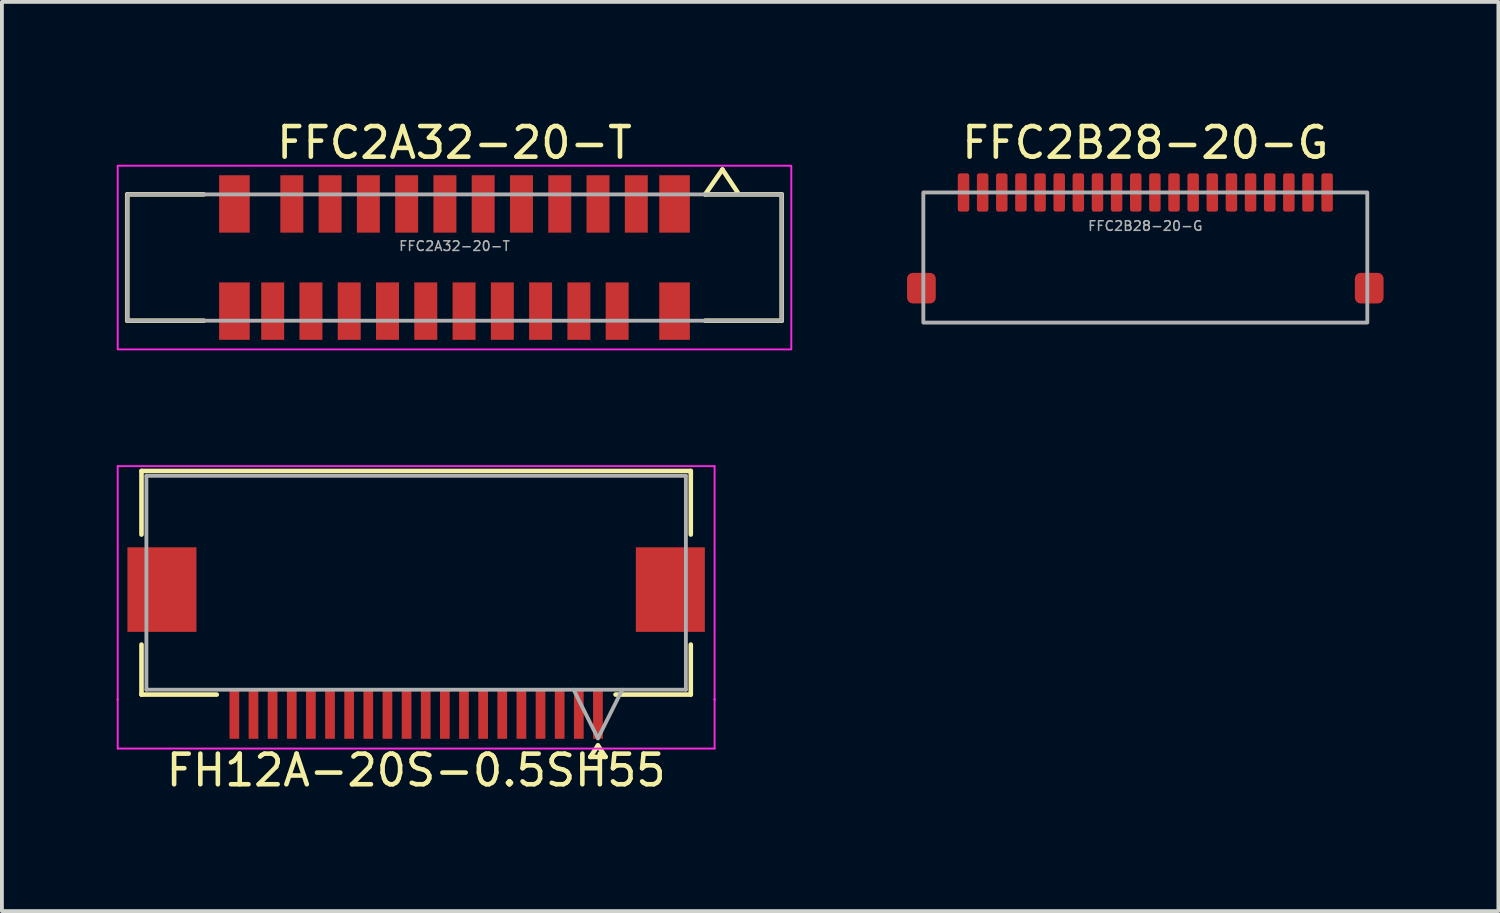
<source format=kicad_pcb>
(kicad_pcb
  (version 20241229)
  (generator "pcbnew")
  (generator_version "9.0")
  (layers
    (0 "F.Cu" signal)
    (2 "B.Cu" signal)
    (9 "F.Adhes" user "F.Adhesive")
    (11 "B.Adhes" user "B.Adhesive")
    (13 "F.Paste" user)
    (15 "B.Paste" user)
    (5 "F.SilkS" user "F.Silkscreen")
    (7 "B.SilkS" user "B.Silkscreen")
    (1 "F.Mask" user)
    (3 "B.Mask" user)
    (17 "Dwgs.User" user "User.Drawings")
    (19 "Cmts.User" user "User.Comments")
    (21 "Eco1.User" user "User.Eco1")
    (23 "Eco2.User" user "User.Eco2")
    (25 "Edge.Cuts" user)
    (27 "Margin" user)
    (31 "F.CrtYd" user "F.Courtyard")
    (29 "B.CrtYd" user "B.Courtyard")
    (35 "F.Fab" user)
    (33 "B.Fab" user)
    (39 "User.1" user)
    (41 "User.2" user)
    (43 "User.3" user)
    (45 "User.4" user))
  (footprint "FFC2A32-20-T"
    (layer "F.Cu")
    (at 8.825 3.679)
    (property "Reference" "FFC2A32-20-T" (at 0 -3 0) (unlocked yes) (layer "F.SilkS") (effects (font (size 0.8 0.8) (thickness 0.12))))
    (attr smd)
    (fp_line (start -8.55 -1.65) (end -6.55 -1.65) (stroke (width 0.12) (type solid)) (layer "F.SilkS"))
    (fp_line (start -8.55 1.65) (end -8.55 -1.65) (stroke (width 0.12) (type solid)) (layer "F.SilkS"))
    (fp_line (start -6.55 1.65) (end -8.55 1.65) (stroke (width 0.12) (type solid)) (layer "F.SilkS"))
    (fp_line (start 6.55 -1.65) (end 7 -2.3) (stroke (width 0.12) (type default)) (layer "F.SilkS"))
    (fp_line (start 6.55 1.65) (end 8.55 1.65) (stroke (width 0.12) (type solid)) (layer "F.SilkS"))
    (fp_line (start 7 -2.3) (end 7.4 -1.7) (stroke (width 0.12) (type default)) (layer "F.SilkS"))
    (fp_line (start 8.55 -1.65) (end 6.55 -1.65) (stroke (width 0.12) (type solid)) (layer "F.SilkS"))
    (fp_line (start 8.55 1.65) (end 8.55 -1.65) (stroke (width 0.12) (type solid)) (layer "F.SilkS"))
    (fp_rect (start -8.8 -2.4) (end 8.8 2.4) (stroke (width 0.05) (type default)) (fill no) (layer "F.CrtYd"))
    (fp_rect (start -8.55 -1.65) (end 8.55 1.65) (stroke (width 0.1) (type default)) (fill no) (layer "F.Fab"))
    (fp_text user "${REFERENCE}" (at 0 -0.3 0) (unlocked yes) (layer "F.Fab") (effects (font (size 0.25 0.25) (thickness 0.04))))
    (pad "1" smd rect (at 4.75 -1.4) (size 0.6 1.5) (layers "F.Cu" "F.Mask" "F.Paste"))
    (pad "2" smd rect (at 4.25 1.4) (size 0.6 1.5) (layers "F.Cu" "F.Mask" "F.Paste"))
    (pad "3" smd rect (at 3.75 -1.4) (size 0.6 1.5) (layers "F.Cu" "F.Mask" "F.Paste"))
    (pad "4" smd rect (at 3.25 1.4) (size 0.6 1.5) (layers "F.Cu" "F.Mask" "F.Paste"))
    (pad "5" smd rect (at 2.75 -1.4) (size 0.6 1.5) (layers "F.Cu" "F.Mask" "F.Paste"))
    (pad "6" smd rect (at 2.25 1.4) (size 0.6 1.5) (layers "F.Cu" "F.Mask" "F.Paste"))
    (pad "7" smd rect (at 1.75 -1.4) (size 0.6 1.5) (layers "F.Cu" "F.Mask" "F.Paste"))
    (pad "8" smd rect (at 1.25 1.4) (size 0.6 1.5) (layers "F.Cu" "F.Mask" "F.Paste"))
    (pad "9" smd rect (at 0.75 -1.4) (size 0.6 1.5) (layers "F.Cu" "F.Mask" "F.Paste"))
    (pad "10" smd rect (at 0.25 1.4) (size 0.6 1.5) (layers "F.Cu" "F.Mask" "F.Paste"))
    (pad "11" smd rect (at -0.25 -1.4) (size 0.6 1.5) (layers "F.Cu" "F.Mask" "F.Paste"))
    (pad "12" smd rect (at -0.75 1.4) (size 0.6 1.5) (layers "F.Cu" "F.Mask" "F.Paste"))
    (pad "13" smd rect (at -1.25 -1.4) (size 0.6 1.5) (layers "F.Cu" "F.Mask" "F.Paste"))
    (pad "14" smd rect (at -1.75 1.4) (size 0.6 1.5) (layers "F.Cu" "F.Mask" "F.Paste"))
    (pad "15" smd rect (at -2.25 -1.4) (size 0.6 1.5) (layers "F.Cu" "F.Mask" "F.Paste"))
    (pad "16" smd rect (at -2.75 1.4) (size 0.6 1.5) (layers "F.Cu" "F.Mask" "F.Paste"))
    (pad "17" smd rect (at -3.25 -1.4) (size 0.6 1.5) (layers "F.Cu" "F.Mask" "F.Paste"))
    (pad "18" smd rect (at -3.75 1.4) (size 0.6 1.5) (layers "F.Cu" "F.Mask" "F.Paste"))
    (pad "19" smd rect (at -4.25 -1.4) (size 0.6 1.5) (layers "F.Cu" "F.Mask" "F.Paste"))
    (pad "20" smd rect (at -4.75 1.4) (size 0.6 1.5) (layers "F.Cu" "F.Mask" "F.Paste"))
    (pad "MP" smd rect (at -5.75 -1.4) (size 0.8 1.5) (layers "F.Cu" "F.Mask" "F.Paste"))
    (pad "MP" smd rect (at -5.75 1.4) (size 0.8 1.5) (layers "F.Cu" "F.Mask" "F.Paste"))
    (pad "MP" smd rect (at 5.75 -1.4) (size 0.8 1.5) (layers "F.Cu" "F.Mask" "F.Paste"))
    (pad "MP" smd rect (at 5.75 1.4) (size 0.8 1.5) (layers "F.Cu" "F.Mask" "F.Paste")))
  (footprint "FH12A-20S-0.5SH55"
    (layer "F.Cu")
    (at 7.823 12.177)
    (property "Reference" "FH12A-20S-0.5SH55" (at 0 4.9 0) (unlocked yes) (layer "F.SilkS") (effects (font (size 0.8 0.8) (thickness 0.12))))
    (attr smd)
    (fp_line (start -7.176 -2.921) (end -7.176 -1.26) (stroke (width 0.12) (type solid)) (layer "F.SilkS"))
    (fp_line (start -7.176 1.615) (end -7.176 2.921) (stroke (width 0.12) (type solid)) (layer "F.SilkS"))
    (fp_line (start -7.176 2.921) (end -5.21 2.921) (stroke (width 0.12) (type solid)) (layer "F.SilkS"))
    (fp_line (start 4.55 4.55) (end 4.95 4.55) (stroke (width 0.12) (type solid)) (layer "F.SilkS"))
    (fp_line (start 4.75 4.25) (end 4.55 4.55) (stroke (width 0.12) (type solid)) (layer "F.SilkS"))
    (fp_line (start 4.95 4.55) (end 4.75 4.25) (stroke (width 0.12) (type solid)) (layer "F.SilkS"))
    (fp_line (start 5.21 2.921) (end 7.176 2.921) (stroke (width 0.12) (type solid)) (layer "F.SilkS"))
    (fp_line (start 7.176 -2.921) (end -7.176 -2.921) (stroke (width 0.12) (type solid)) (layer "F.SilkS"))
    (fp_line (start 7.176 -1.26) (end 7.176 -2.921) (stroke (width 0.12) (type solid)) (layer "F.SilkS"))
    (fp_line (start 7.176 2.921) (end 7.176 1.615) (stroke (width 0.12) (type solid)) (layer "F.SilkS"))
    (fp_line (start -7.798 -3.048) (end -7.798 3.048) (stroke (width 0.05) (type solid)) (layer "F.CrtYd"))
    (fp_line (start -7.798 3.048) (end -7.798 3.048) (stroke (width 0.05) (type solid)) (layer "F.CrtYd"))
    (fp_line (start -7.798 3.048) (end -7.798 3.048) (stroke (width 0.05) (type solid)) (layer "F.CrtYd"))
    (fp_line (start -7.798 3.048) (end -7.798 4.331) (stroke (width 0.05) (type solid)) (layer "F.CrtYd"))
    (fp_line (start -7.798 4.331) (end 7.798 4.331) (stroke (width 0.05) (type solid)) (layer "F.CrtYd"))
    (fp_line (start 7.798 -3.048) (end -7.798 -3.048) (stroke (width 0.05) (type solid)) (layer "F.CrtYd"))
    (fp_line (start 7.798 3.048) (end 7.798 -3.048) (stroke (width 0.05) (type solid)) (layer "F.CrtYd"))
    (fp_line (start 7.798 3.048) (end 7.798 3.048) (stroke (width 0.05) (type solid)) (layer "F.CrtYd"))
    (fp_line (start 7.798 3.048) (end 7.798 3.048) (stroke (width 0.05) (type solid)) (layer "F.CrtYd"))
    (fp_line (start 7.798 4.331) (end 7.798 3.048) (stroke (width 0.05) (type solid)) (layer "F.CrtYd"))
    (fp_line (start -7.048 -2.794) (end -7.048 2.794) (stroke (width 0.1) (type solid)) (layer "F.Fab"))
    (fp_line (start -7.048 2.794) (end 7.048 2.794) (stroke (width 0.1) (type solid)) (layer "F.Fab"))
    (fp_line (start 4.115 2.794) (end 4.75 4.064) (stroke (width 0.1) (type solid)) (layer "F.Fab"))
    (fp_line (start 5.385 2.794) (end 4.75 4.064) (stroke (width 0.1) (type solid)) (layer "F.Fab"))
    (fp_line (start 7.048 -2.794) (end -7.048 -2.794) (stroke (width 0.1) (type solid)) (layer "F.Fab"))
    (fp_line (start 7.048 2.794) (end 7.048 -2.794) (stroke (width 0.1) (type solid)) (layer "F.Fab"))
    (pad "1" smd rect (at 4.75 3.429 90) (size 1.295 0.254) (layers "F.Cu" "F.Mask" "F.Paste"))
    (pad "2" smd rect (at 4.25 3.429 90) (size 1.295 0.254) (layers "F.Cu" "F.Mask" "F.Paste"))
    (pad "3" smd rect (at 3.75 3.429 90) (size 1.295 0.254) (layers "F.Cu" "F.Mask" "F.Paste"))
    (pad "4" smd rect (at 3.25 3.429 90) (size 1.295 0.254) (layers "F.Cu" "F.Mask" "F.Paste"))
    (pad "5" smd rect (at 2.75 3.429 90) (size 1.295 0.254) (layers "F.Cu" "F.Mask" "F.Paste"))
    (pad "6" smd rect (at 2.25 3.429 90) (size 1.295 0.254) (layers "F.Cu" "F.Mask" "F.Paste"))
    (pad "7" smd rect (at 1.75 3.429 90) (size 1.295 0.254) (layers "F.Cu" "F.Mask" "F.Paste"))
    (pad "8" smd rect (at 1.25 3.429 90) (size 1.295 0.254) (layers "F.Cu" "F.Mask" "F.Paste"))
    (pad "9" smd rect (at 0.75 3.429 90) (size 1.295 0.254) (layers "F.Cu" "F.Mask" "F.Paste"))
    (pad "10" smd rect (at 0.25 3.429 90) (size 1.295 0.254) (layers "F.Cu" "F.Mask" "F.Paste"))
    (pad "11" smd rect (at -0.25 3.429 90) (size 1.295 0.254) (layers "F.Cu" "F.Mask" "F.Paste"))
    (pad "12" smd rect (at -0.75 3.429 90) (size 1.295 0.254) (layers "F.Cu" "F.Mask" "F.Paste"))
    (pad "13" smd rect (at -1.25 3.429 90) (size 1.295 0.254) (layers "F.Cu" "F.Mask" "F.Paste"))
    (pad "14" smd rect (at -1.75 3.429 90) (size 1.295 0.254) (layers "F.Cu" "F.Mask" "F.Paste"))
    (pad "15" smd rect (at -2.25 3.429 90) (size 1.295 0.254) (layers "F.Cu" "F.Mask" "F.Paste"))
    (pad "16" smd rect (at -2.75 3.429 90) (size 1.295 0.254) (layers "F.Cu" "F.Mask" "F.Paste"))
    (pad "17" smd rect (at -3.25 3.429 90) (size 1.295 0.254) (layers "F.Cu" "F.Mask" "F.Paste"))
    (pad "18" smd rect (at -3.75 3.429 90) (size 1.295 0.254) (layers "F.Cu" "F.Mask" "F.Paste"))
    (pad "19" smd rect (at -4.25 3.429 90) (size 1.295 0.254) (layers "F.Cu" "F.Mask" "F.Paste"))
    (pad "20" smd rect (at -4.75 3.429 90) (size 1.295 0.254) (layers "F.Cu" "F.Mask" "F.Paste"))
    (pad "MP" smd rect (at -6.642 0.178) (size 1.803 2.21) (layers "F.Cu" "F.Mask" "F.Paste"))
    (pad "MP" smd rect (at 6.642 0.178) (size 1.803 2.21) (layers "F.Cu" "F.Mask" "F.Paste")))
  (footprint "FFC2B28-20-G"
    (layer "F.Cu")
    (at 26.875 1.979)
    (property "Reference" "FFC2B28-20-G" (at 0 -1.3 0) (unlocked yes) (layer "F.SilkS") (effects (font (size 0.8 0.8) (thickness 0.12))))
    (attr smd)
    (fp_rect (start -5.8 0) (end 5.8 3.4) (stroke (width 0.1) (type solid)) (fill no) (layer "F.Fab"))
    (fp_text user "${REFERENCE}" (at 0 0.875 0) (unlocked yes) (layer "F.Fab") (effects (font (size 0.25 0.25) (thickness 0.04))))
    (pad "1" smd roundrect (at -4.75 0) (size 0.3 1) (layers "F.Cu" "F.Mask" "F.Paste") (roundrect_rratio 0.2))
    (pad "2" smd roundrect (at -4.25 0) (size 0.3 1) (layers "F.Cu" "F.Mask" "F.Paste") (roundrect_rratio 0.2))
    (pad "3" smd roundrect (at -3.75 0) (size 0.3 1) (layers "F.Cu" "F.Mask" "F.Paste") (roundrect_rratio 0.2))
    (pad "4" smd roundrect (at -3.25 0) (size 0.3 1) (layers "F.Cu" "F.Mask" "F.Paste") (roundrect_rratio 0.2))
    (pad "5" smd roundrect (at -2.75 0) (size 0.3 1) (layers "F.Cu" "F.Mask" "F.Paste") (roundrect_rratio 0.2))
    (pad "6" smd roundrect (at -2.25 0) (size 0.3 1) (layers "F.Cu" "F.Mask" "F.Paste") (roundrect_rratio 0.2))
    (pad "7" smd roundrect (at -1.75 0) (size 0.3 1) (layers "F.Cu" "F.Mask" "F.Paste") (roundrect_rratio 0.2))
    (pad "8" smd roundrect (at -1.25 0) (size 0.3 1) (layers "F.Cu" "F.Mask" "F.Paste") (roundrect_rratio 0.2))
    (pad "9" smd roundrect (at -0.75 0) (size 0.3 1) (layers "F.Cu" "F.Mask" "F.Paste") (roundrect_rratio 0.2))
    (pad "10" smd roundrect (at -0.25 0) (size 0.3 1) (layers "F.Cu" "F.Mask" "F.Paste") (roundrect_rratio 0.2))
    (pad "11" smd roundrect (at 0.25 0) (size 0.3 1) (layers "F.Cu" "F.Mask" "F.Paste") (roundrect_rratio 0.2))
    (pad "12" smd roundrect (at 0.75 0) (size 0.3 1) (layers "F.Cu" "F.Mask" "F.Paste") (roundrect_rratio 0.2))
    (pad "13" smd roundrect (at 1.25 0) (size 0.3 1) (layers "F.Cu" "F.Mask" "F.Paste") (roundrect_rratio 0.2))
    (pad "14" smd roundrect (at 1.75 0) (size 0.3 1) (layers "F.Cu" "F.Mask" "F.Paste") (roundrect_rratio 0.2))
    (pad "15" smd roundrect (at 2.25 0) (size 0.3 1) (layers "F.Cu" "F.Mask" "F.Paste") (roundrect_rratio 0.2))
    (pad "16" smd roundrect (at 2.75 0) (size 0.3 1) (layers "F.Cu" "F.Mask" "F.Paste") (roundrect_rratio 0.2))
    (pad "17" smd roundrect (at 3.25 0) (size 0.3 1) (layers "F.Cu" "F.Mask" "F.Paste") (roundrect_rratio 0.2))
    (pad "18" smd roundrect (at 3.75 0) (size 0.3 1) (layers "F.Cu" "F.Mask" "F.Paste") (roundrect_rratio 0.2))
    (pad "19" smd roundrect (at 4.25 0) (size 0.3 1) (layers "F.Cu" "F.Mask" "F.Paste") (roundrect_rratio 0.2))
    (pad "20" smd roundrect (at 4.75 0) (size 0.3 1) (layers "F.Cu" "F.Mask" "F.Paste") (roundrect_rratio 0.2))
    (pad "MP" smd roundrect (at -5.85 2.5) (size 0.75 0.8) (layers "F.Cu" "F.Mask" "F.Paste") (roundrect_rratio 0.2))
    (pad "MP" smd roundrect (at 5.85 2.5) (size 0.75 0.8) (layers "F.Cu" "F.Mask" "F.Paste") (roundrect_rratio 0.2)))
  (gr_rect
    (start -3 -3)
    (end 36.1 20.755)
    (stroke (width 0.1) (type default))
    (fill no)
    (layer "Edge.Cuts")))
</source>
